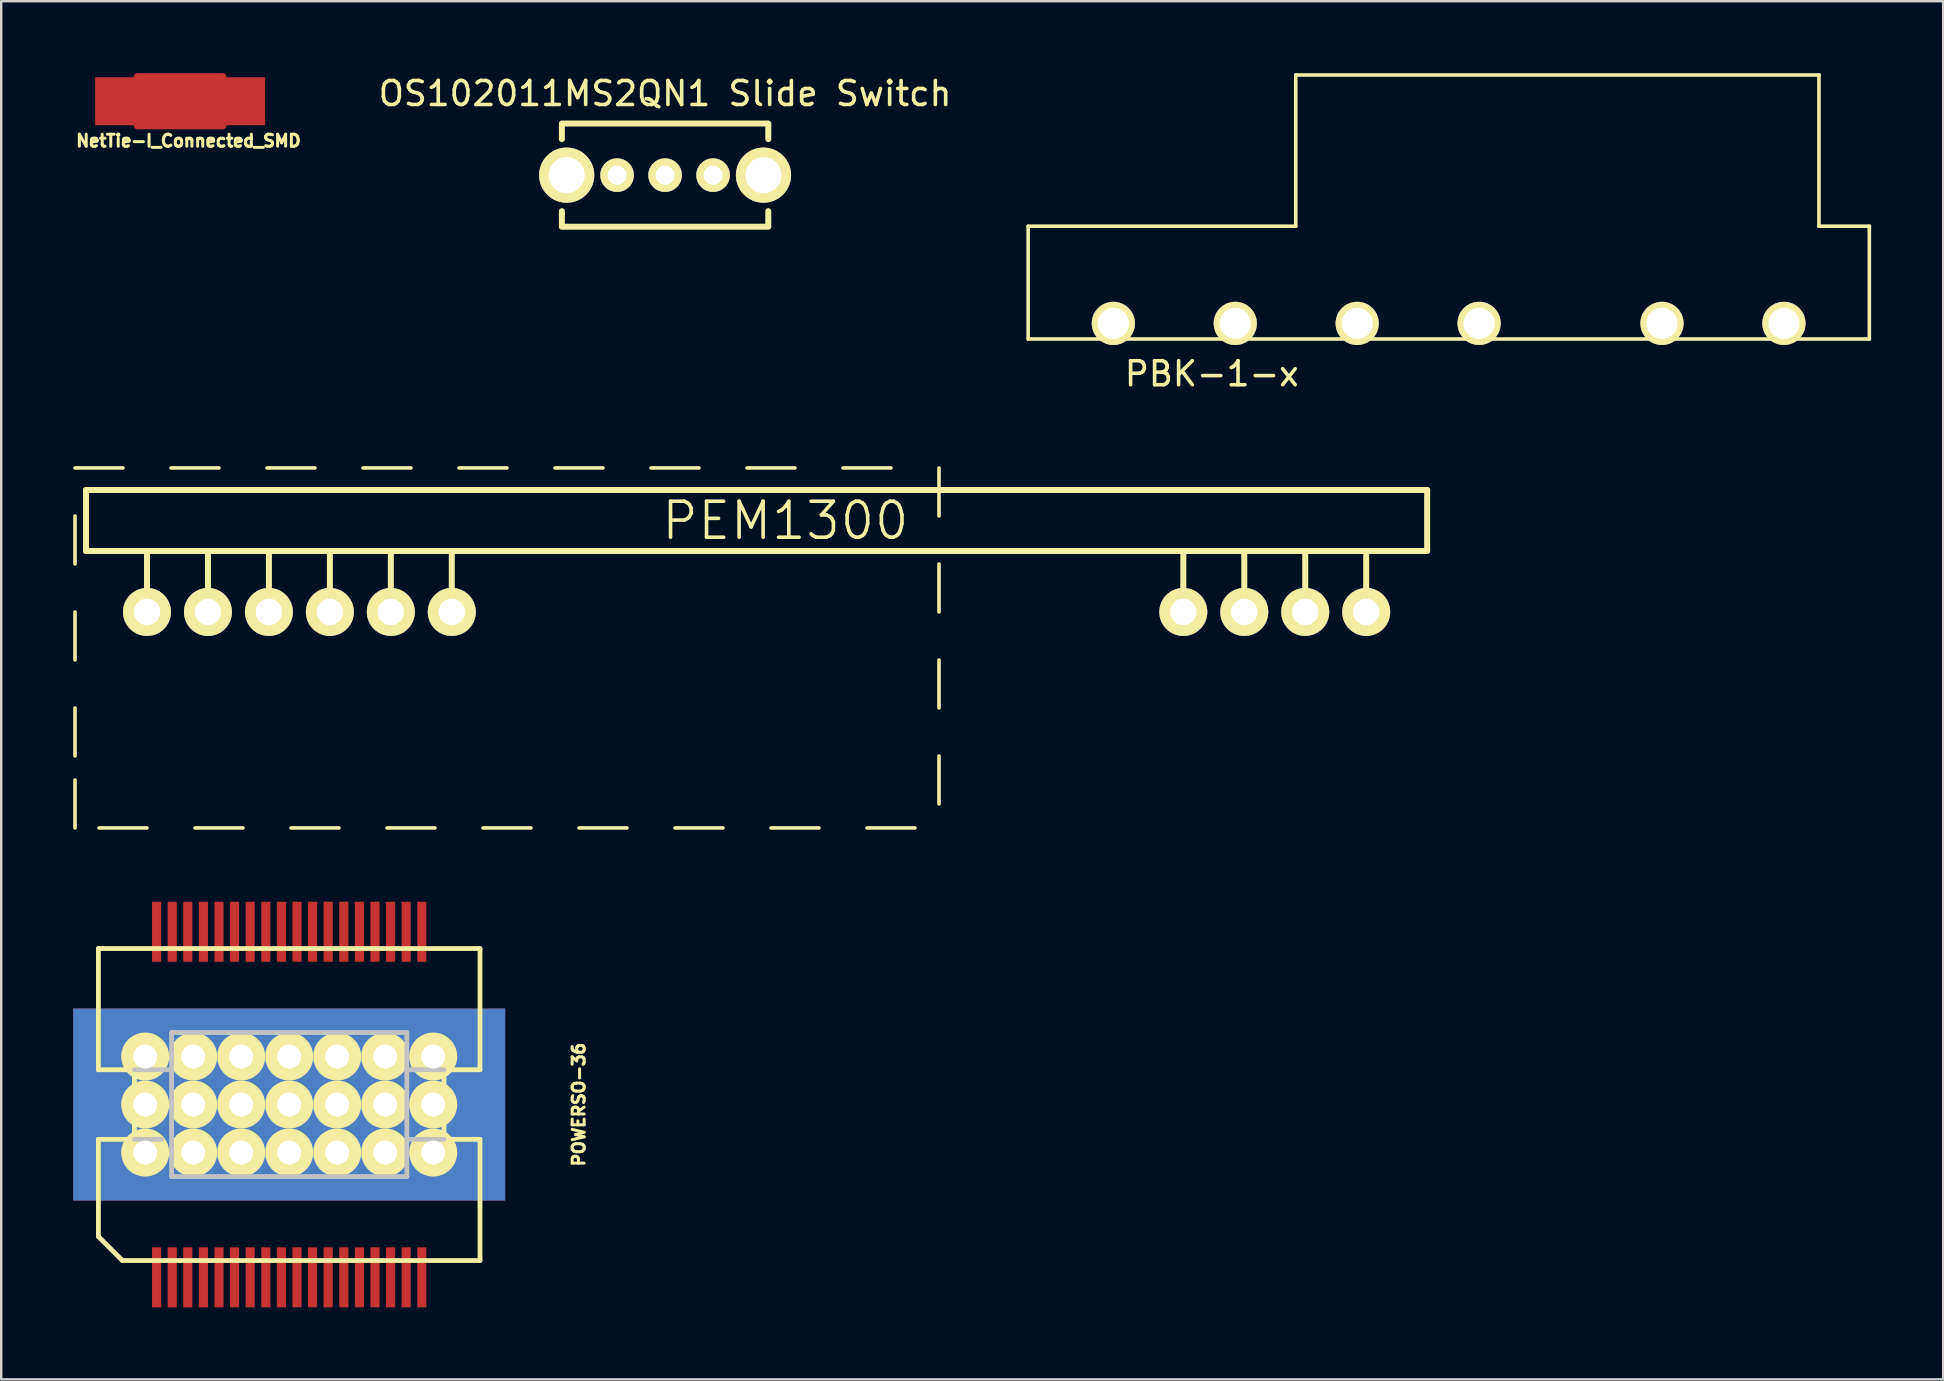
<source format=kicad_pcb>
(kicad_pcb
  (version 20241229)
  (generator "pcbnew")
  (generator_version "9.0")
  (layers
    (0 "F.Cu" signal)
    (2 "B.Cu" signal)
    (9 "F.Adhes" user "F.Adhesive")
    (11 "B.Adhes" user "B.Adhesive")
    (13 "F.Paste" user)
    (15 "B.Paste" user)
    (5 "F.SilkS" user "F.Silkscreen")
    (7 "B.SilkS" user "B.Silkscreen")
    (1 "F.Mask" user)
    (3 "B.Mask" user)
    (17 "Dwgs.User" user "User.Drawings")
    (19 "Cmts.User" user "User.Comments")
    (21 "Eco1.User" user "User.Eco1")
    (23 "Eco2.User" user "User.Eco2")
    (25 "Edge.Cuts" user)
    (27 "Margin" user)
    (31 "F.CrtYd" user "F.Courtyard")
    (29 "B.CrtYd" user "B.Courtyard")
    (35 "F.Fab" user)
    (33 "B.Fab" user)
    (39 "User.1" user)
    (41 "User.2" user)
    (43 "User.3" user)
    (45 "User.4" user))
  (footprint "NetTie-I_Connected_SMD"
    (placed yes)
    (layer "F.Cu")
    (at 4.454 1.168)
    (property "Reference" "NetTie-I_Connected_SMD" (at 0.35 1.65 0) (layer "F.SilkS") (effects (font (size 0.5 0.5) (thickness 0.125))))
    (attr through_hole)
    (fp_line (start -1.778 -0.762) (end 1.778 -0.762) (stroke (width 0.305) (type solid)) (layer "F.Cu"))
    (fp_line (start -1.778 -0.254) (end 1.778 -0.254) (stroke (width 0.305) (type solid)) (layer "F.Cu"))
    (fp_line (start -1.778 0.254) (end 1.778 0.254) (stroke (width 0.305) (type solid)) (layer "F.Cu"))
    (fp_line (start -1.778 0.762) (end 1.778 0.762) (stroke (width 0.305) (type solid)) (layer "F.Cu"))
    (fp_line (start 1.778 -1.016) (end -1.778 -1.016) (stroke (width 0.305) (type solid)) (layer "F.Cu"))
    (fp_line (start 1.778 -0.508) (end -1.778 -0.508) (stroke (width 0.305) (type solid)) (layer "F.Cu"))
    (fp_line (start 1.778 0) (end -1.778 0) (stroke (width 0.305) (type solid)) (layer "F.Cu"))
    (fp_line (start 1.778 0.508) (end -1.778 0.508) (stroke (width 0.305) (type solid)) (layer "F.Cu"))
    (fp_line (start 1.778 1.016) (end -1.778 1.016) (stroke (width 0.305) (type solid)) (layer "F.Cu"))
    (pad "1" smd rect (at -2.54 0) (size 1.999 1.999) (layers "F.Cu" "F.Mask" "F.Paste"))
    (pad "2" smd rect (at 2.54 0) (size 1.999 1.999) (layers "F.Cu" "F.Mask" "F.Paste")))
  (footprint "POWERSO-36"
    (layer "F.Cu")
    (at 9 42.973)
    (property "Reference" "POWERSO-36" (at 12.065 0 90) (layer "F.SilkS") (effects (font (size 0.5 0.5) (thickness 0.125))))
    (attr through_hole)
    (fp_line (start -7.95 -6.5) (end 7.95 -6.5) (stroke (width 0.2) (type solid)) (layer "F.SilkS"))
    (fp_line (start -7.95 -1.45) (end -7.95 -6.5) (stroke (width 0.2) (type solid)) (layer "F.SilkS"))
    (fp_line (start -7.95 1.45) (end -7.95 5.5) (stroke (width 0.2) (type solid)) (layer "F.SilkS"))
    (fp_line (start -7.95 5.5) (end -6.95 6.5) (stroke (width 0.2) (type solid)) (layer "F.SilkS"))
    (fp_line (start -6.95 6.5) (end 7.95 6.5) (stroke (width 0.2) (type solid)) (layer "F.SilkS"))
    (fp_line (start -6.45 -1.45) (end -7.95 -1.45) (stroke (width 0.2) (type solid)) (layer "F.SilkS"))
    (fp_line (start -6.45 -1.45) (end -6.45 1.45) (stroke (width 0.2) (type solid)) (layer "F.SilkS"))
    (fp_line (start -6.45 1.45) (end -7.95 1.45) (stroke (width 0.2) (type solid)) (layer "F.SilkS"))
    (fp_line (start 6.45 -1.45) (end 6.45 1.45) (stroke (width 0.2) (type solid)) (layer "F.SilkS"))
    (fp_line (start 6.45 -1.45) (end 7.95 -1.45) (stroke (width 0.2) (type solid)) (layer "F.SilkS"))
    (fp_line (start 6.45 1.45) (end 7.95 1.45) (stroke (width 0.2) (type solid)) (layer "F.SilkS"))
    (fp_line (start 7.95 -1.45) (end 7.95 -6.5) (stroke (width 0.2) (type solid)) (layer "F.SilkS"))
    (fp_line (start 7.95 1.45) (end 7.95 6.5) (stroke (width 0.2) (type solid)) (layer "F.SilkS"))
    (fp_line (start -6.45 -1.45) (end -4.9 -1.45) (stroke (width 0.2) (type solid)) (layer "Dwgs.User"))
    (fp_line (start -6.45 1.45) (end -5.325 1.45) (stroke (width 0.2) (type solid)) (layer "Dwgs.User"))
    (fp_line (start -4.9 -3) (end -4.9 3) (stroke (width 0.2) (type solid)) (layer "Dwgs.User"))
    (fp_line (start -4.9 -3) (end 4.9 -3) (stroke (width 0.2) (type solid)) (layer "Dwgs.User"))
    (fp_line (start -4.9 3) (end 4.9 3) (stroke (width 0.2) (type solid)) (layer "Dwgs.User"))
    (fp_line (start 4.9 3) (end 4.9 -3) (stroke (width 0.2) (type solid)) (layer "Dwgs.User"))
    (fp_line (start 6.45 -1.45) (end 4.9 -1.45) (stroke (width 0.2) (type solid)) (layer "Dwgs.User"))
    (fp_line (start 6.45 1.45) (end 4.9 1.45) (stroke (width 0.2) (type solid)) (layer "Dwgs.User"))
    (pad "1" smd rect (at -5.525 7.2) (size 0.38 2.5) (layers "F.Cu" "F.Mask" "F.Paste"))
    (pad "2" smd rect (at -4.875 7.2) (size 0.38 2.5) (layers "F.Cu" "F.Mask" "F.Paste"))
    (pad "3" smd rect (at -4.225 7.2) (size 0.38 2.5) (layers "F.Cu" "F.Mask" "F.Paste"))
    (pad "4" smd rect (at -3.575 7.2) (size 0.38 2.5) (layers "F.Cu" "F.Mask" "F.Paste"))
    (pad "5" smd rect (at -2.925 7.2) (size 0.38 2.5) (layers "F.Cu" "F.Mask" "F.Paste"))
    (pad "6" smd rect (at -2.275 7.2) (size 0.38 2.5) (layers "F.Cu" "F.Mask" "F.Paste"))
    (pad "7" smd rect (at -1.625 7.2) (size 0.38 2.5) (layers "F.Cu" "F.Mask" "F.Paste"))
    (pad "8" smd rect (at -0.975 7.2) (size 0.38 2.5) (layers "F.Cu" "F.Mask" "F.Paste"))
    (pad "9" smd rect (at -0.325 7.2) (size 0.38 2.5) (layers "F.Cu" "F.Mask" "F.Paste"))
    (pad "10" smd rect (at 0.325 7.2) (size 0.38 2.5) (layers "F.Cu" "F.Mask" "F.Paste"))
    (pad "11" smd rect (at 0.975 7.2) (size 0.38 2.5) (layers "F.Cu" "F.Mask" "F.Paste"))
    (pad "12" smd rect (at 1.625 7.2) (size 0.38 2.5) (layers "F.Cu" "F.Mask" "F.Paste"))
    (pad "13" smd rect (at 2.275 7.2) (size 0.38 2.5) (layers "F.Cu" "F.Mask" "F.Paste"))
    (pad "14" smd rect (at 2.925 7.2) (size 0.38 2.5) (layers "F.Cu" "F.Mask" "F.Paste"))
    (pad "15" smd rect (at 3.575 7.2) (size 0.38 2.5) (layers "F.Cu" "F.Mask" "F.Paste"))
    (pad "16" smd rect (at 4.225 7.2) (size 0.38 2.5) (layers "F.Cu" "F.Mask" "F.Paste"))
    (pad "17" smd rect (at 4.875 7.2) (size 0.38 2.5) (layers "F.Cu" "F.Mask" "F.Paste"))
    (pad "18" smd rect (at 5.525 7.2) (size 0.38 2.5) (layers "F.Cu" "F.Mask" "F.Paste"))
    (pad "19" smd rect (at 5.525 -7.2) (size 0.38 2.5) (layers "F.Cu" "F.Mask" "F.Paste"))
    (pad "20" smd rect (at 4.875 -7.2) (size 0.38 2.5) (layers "F.Cu" "F.Mask" "F.Paste"))
    (pad "21" smd rect (at 4.225 -7.2) (size 0.38 2.5) (layers "F.Cu" "F.Mask" "F.Paste"))
    (pad "22" smd rect (at 3.575 -7.2) (size 0.38 2.5) (layers "F.Cu" "F.Mask" "F.Paste"))
    (pad "23" smd rect (at 2.925 -7.2) (size 0.38 2.5) (layers "F.Cu" "F.Mask" "F.Paste"))
    (pad "24" smd rect (at 2.275 -7.2) (size 0.38 2.5) (layers "F.Cu" "F.Mask" "F.Paste"))
    (pad "25" smd rect (at 1.625 -7.2) (size 0.38 2.5) (layers "F.Cu" "F.Mask" "F.Paste"))
    (pad "26" smd rect (at 0.975 -7.2) (size 0.38 2.5) (layers "F.Cu" "F.Mask" "F.Paste"))
    (pad "27" smd rect (at 0.325 -7.2) (size 0.38 2.5) (layers "F.Cu" "F.Mask" "F.Paste"))
    (pad "28" smd rect (at -0.325 -7.2) (size 0.38 2.5) (layers "F.Cu" "F.Mask" "F.Paste"))
    (pad "29" smd rect (at -0.975 -7.2) (size 0.38 2.5) (layers "F.Cu" "F.Mask" "F.Paste"))
    (pad "30" smd rect (at -1.625 -7.2) (size 0.38 2.5) (layers "F.Cu" "F.Mask" "F.Paste"))
    (pad "31" smd rect (at -2.275 -7.2) (size 0.38 2.5) (layers "F.Cu" "F.Mask" "F.Paste"))
    (pad "32" smd rect (at -2.925 -7.2) (size 0.38 2.5) (layers "F.Cu" "F.Mask" "F.Paste"))
    (pad "33" smd rect (at -3.575 -7.2) (size 0.38 2.5) (layers "F.Cu" "F.Mask" "F.Paste"))
    (pad "34" smd rect (at -4.225 -7.2) (size 0.38 2.5) (layers "F.Cu" "F.Mask" "F.Paste"))
    (pad "35" smd rect (at -4.875 -7.2) (size 0.38 2.5) (layers "F.Cu" "F.Mask" "F.Paste"))
    (pad "36" smd rect (at -5.525 -7.2) (size 0.38 2.5) (layers "F.Cu" "F.Mask" "F.Paste"))
    (pad "PAD" thru_hole circle (at -6 -2) (size 2 2) (drill 1) (layers "*.Cu" "*.Mask" "F.SilkS"))
    (pad "PAD" thru_hole circle (at -6 0) (size 2 2) (drill 1) (layers "*.Cu" "*.Mask" "F.SilkS"))
    (pad "PAD" thru_hole circle (at -6 2) (size 2 2) (drill 1) (layers "*.Cu" "*.Mask" "F.SilkS"))
    (pad "PAD" thru_hole circle (at -4 -2) (size 2 2) (drill 1) (layers "*.Cu" "*.Mask" "F.SilkS"))
    (pad "PAD" thru_hole circle (at -4 0) (size 2 2) (drill 1) (layers "*.Cu" "*.Mask" "F.SilkS"))
    (pad "PAD" thru_hole circle (at -4 2) (size 2 2) (drill 1) (layers "*.Cu" "*.Mask" "F.SilkS"))
    (pad "PAD" thru_hole circle (at -2 -2) (size 2 2) (drill 1) (layers "*.Cu" "*.Mask" "F.SilkS"))
    (pad "PAD" thru_hole circle (at -2 0) (size 2 2) (drill 1) (layers "*.Cu" "*.Mask" "F.SilkS"))
    (pad "PAD" thru_hole circle (at -2 2) (size 2 2) (drill 1) (layers "*.Cu" "*.Mask" "F.SilkS"))
    (pad "PAD" thru_hole circle (at 0 -2) (size 2 2) (drill 1) (layers "*.Cu" "*.Mask" "F.SilkS"))
    (pad "PAD" thru_hole circle (at 0 0) (size 2 2) (drill 1) (layers "*.Cu" "*.Mask" "F.SilkS"))
    (pad "PAD" smd rect (at 0 0) (size 18 8) (layers "F.Cu" "F.Mask" "F.Paste"))
    (pad "PAD" smd rect (at 0 0) (size 18 8) (layers "B.Cu" "B.Mask" "B.Paste"))
    (pad "PAD" thru_hole circle (at 0 2) (size 2 2) (drill 1) (layers "*.Cu" "*.Mask" "F.SilkS"))
    (pad "PAD" thru_hole circle (at 2 -2) (size 2 2) (drill 1) (layers "*.Cu" "*.Mask" "F.SilkS"))
    (pad "PAD" thru_hole circle (at 2 0) (size 2 2) (drill 1) (layers "*.Cu" "*.Mask" "F.SilkS"))
    (pad "PAD" thru_hole circle (at 2 2) (size 2 2) (drill 1) (layers "*.Cu" "*.Mask" "F.SilkS"))
    (pad "PAD" thru_hole circle (at 4 -2) (size 2 2) (drill 1) (layers "*.Cu" "*.Mask" "F.SilkS"))
    (pad "PAD" thru_hole circle (at 4 0) (size 2 2) (drill 1) (layers "*.Cu" "*.Mask" "F.SilkS"))
    (pad "PAD" thru_hole circle (at 4 2) (size 2 2) (drill 1) (layers "*.Cu" "*.Mask" "F.SilkS"))
    (pad "PAD" thru_hole circle (at 6 -2) (size 2 2) (drill 1) (layers "*.Cu" "*.Mask" "F.SilkS"))
    (pad "PAD" thru_hole circle (at 6 0) (size 2 2) (drill 1) (layers "*.Cu" "*.Mask" "F.SilkS"))
    (pad "PAD" thru_hole circle (at 6 2) (size 2 2) (drill 1) (layers "*.Cu" "*.Mask" "F.SilkS")))
  (footprint "PBK-1-x"
    (layer "F.Cu")
    (at 43.34 10.425)
    (property "Reference" "PBK-1-x" (at 4.1 2.1 0) (layer "F.SilkS") (effects (font (size 1 1) (thickness 0.15))))
    (attr through_hole)
    (fp_line (start -3.55 -4.05) (end -3.55 0.65) (stroke (width 0.15) (type solid)) (layer "F.SilkS"))
    (fp_line (start -3.55 0.65) (end 31.5 0.65) (stroke (width 0.15) (type solid)) (layer "F.SilkS"))
    (fp_line (start 7.6 -10.35) (end 7.6 -4.05) (stroke (width 0.15) (type solid)) (layer "F.SilkS"))
    (fp_line (start 7.6 -4.05) (end -3.55 -4.05) (stroke (width 0.15) (type solid)) (layer "F.SilkS"))
    (fp_line (start 29.4 -10.35) (end 7.6 -10.35) (stroke (width 0.15) (type solid)) (layer "F.SilkS"))
    (fp_line (start 29.4 -4.05) (end 29.4 -10.35) (stroke (width 0.15) (type solid)) (layer "F.SilkS"))
    (fp_line (start 31.5 -4.05) (end 29.4 -4.05) (stroke (width 0.15) (type solid)) (layer "F.SilkS"))
    (fp_line (start 31.5 0.65) (end 31.5 -4.05) (stroke (width 0.15) (type solid)) (layer "F.SilkS"))
    (pad "1" thru_hole circle (at 0 0) (size 1.8 1.8) (drill 1.3) (layers "*.Cu" "*.Mask" "F.SilkS"))
    (pad "3" thru_hole circle (at 5.08 0) (size 1.8 1.8) (drill 1.3) (layers "*.Cu" "*.Mask" "F.SilkS"))
    (pad "5" thru_hole circle (at 10.16 0) (size 1.8 1.8) (drill 1.3) (layers "*.Cu" "*.Mask" "F.SilkS"))
    (pad "7" thru_hole circle (at 15.24 0) (size 1.8 1.8) (drill 1.3) (layers "*.Cu" "*.Mask" "F.SilkS"))
    (pad "10" thru_hole circle (at 22.86 0) (size 1.8 1.8) (drill 1.3) (layers "*.Cu" "*.Mask" "F.SilkS"))
    (pad "12" thru_hole circle (at 27.94 0) (size 1.8 1.8) (drill 1.3) (layers "*.Cu" "*.Mask" "F.SilkS")))
  (footprint "OS102011MS2QN1 Slide Switch"
    (layer "F.Cu")
    (at 24.662 4.248)
    (property "Reference" "OS102011MS2QN1 Slide Switch" (at 0 -3.4 0) (layer "F.SilkS") (effects (font (size 1 1) (thickness 0.15))))
    (attr through_hole)
    (fp_line (start -4.3 -2.15) (end 4.3 -2.15) (stroke (width 0.25) (type solid)) (layer "F.SilkS"))
    (fp_line (start -4.3 -2.1) (end -4.3 -1.5) (stroke (width 0.25) (type solid)) (layer "F.SilkS"))
    (fp_line (start -4.3 1.6) (end -4.3 1.5) (stroke (width 0.25) (type solid)) (layer "F.SilkS"))
    (fp_line (start -4.3 2.1) (end -4.3 1.6) (stroke (width 0.25) (type solid)) (layer "F.SilkS"))
    (fp_line (start 4.3 -2.1) (end 4.3 -1.5) (stroke (width 0.25) (type solid)) (layer "F.SilkS"))
    (fp_line (start 4.3 2.1) (end 4.3 1.5) (stroke (width 0.25) (type solid)) (layer "F.SilkS"))
    (fp_line (start 4.3 2.15) (end -4.3 2.15) (stroke (width 0.25) (type solid)) (layer "F.SilkS"))
    (pad "" thru_hole circle (at -4.1 0) (size 2.3 2.3) (drill 1.5) (layers "*.Cu" "*.Mask" "F.SilkS"))
    (pad "" thru_hole circle (at 4.1 0) (size 2.3 2.3) (drill 1.5) (layers "*.Cu" "*.Mask" "F.SilkS"))
    (pad "1" thru_hole circle (at -2 0) (size 1.4 1.4) (drill 0.8) (layers "*.Cu" "*.Mask" "F.SilkS"))
    (pad "2" thru_hole circle (at 0 0) (size 1.4 1.4) (drill 0.8) (layers "*.Cu" "*.Mask" "F.SilkS"))
    (pad "3" thru_hole circle (at 2 0) (size 1.4 1.4) (drill 0.8) (layers "*.Cu" "*.Mask" "F.SilkS")))
  (footprint "PEM1300"
    (layer "F.Cu")
    (at 3.075 22.448)
    (property "Reference" "PEM1300" (at 26.6 -3.8 0) (layer "F.SilkS") (effects (font (size 1.5 1.5) (thickness 0.15))))
    (attr through_hole)
    (fp_line (start -3 -6) (end -1 -6) (stroke (width 0.15) (type solid)) (layer "F.SilkS"))
    (fp_line (start -3 -4) (end -3 -2) (stroke (width 0.15) (type solid)) (layer "F.SilkS"))
    (fp_line (start -3 0) (end -3 2) (stroke (width 0.15) (type solid)) (layer "F.SilkS"))
    (fp_line (start -3 4) (end -3 6) (stroke (width 0.15) (type solid)) (layer "F.SilkS"))
    (fp_line (start -3 7) (end -3 9) (stroke (width 0.15) (type solid)) (layer "F.SilkS"))
    (fp_line (start -2.54 -5.08) (end -2.54 -2.54) (stroke (width 0.25) (type solid)) (layer "F.SilkS"))
    (fp_line (start -2.54 -2.54) (end 53.34 -2.54) (stroke (width 0.25) (type solid)) (layer "F.SilkS"))
    (fp_line (start 0 0) (end 0 -2.54) (stroke (width 0.25) (type solid)) (layer "F.SilkS"))
    (fp_line (start 0 9) (end -2 9) (stroke (width 0.15) (type solid)) (layer "F.SilkS"))
    (fp_line (start 1 -6) (end 3 -6) (stroke (width 0.15) (type solid)) (layer "F.SilkS"))
    (fp_line (start 2.54 0) (end 2.54 -2.54) (stroke (width 0.25) (type solid)) (layer "F.SilkS"))
    (fp_line (start 4 9) (end 2 9) (stroke (width 0.15) (type solid)) (layer "F.SilkS"))
    (fp_line (start 5 -6) (end 7 -6) (stroke (width 0.15) (type solid)) (layer "F.SilkS"))
    (fp_line (start 5.08 0) (end 5.08 -2.54) (stroke (width 0.25) (type solid)) (layer "F.SilkS"))
    (fp_line (start 7.62 0) (end 7.62 -2.54) (stroke (width 0.25) (type solid)) (layer "F.SilkS"))
    (fp_line (start 8 9) (end 6 9) (stroke (width 0.15) (type solid)) (layer "F.SilkS"))
    (fp_line (start 9 -6) (end 11 -6) (stroke (width 0.15) (type solid)) (layer "F.SilkS"))
    (fp_line (start 10.16 0) (end 10.16 -2.54) (stroke (width 0.25) (type solid)) (layer "F.SilkS"))
    (fp_line (start 12 9) (end 10 9) (stroke (width 0.15) (type solid)) (layer "F.SilkS"))
    (fp_line (start 12.7 0) (end 12.7 -2.54) (stroke (width 0.25) (type solid)) (layer "F.SilkS"))
    (fp_line (start 13 -6) (end 15 -6) (stroke (width 0.15) (type solid)) (layer "F.SilkS"))
    (fp_line (start 16 9) (end 14 9) (stroke (width 0.15) (type solid)) (layer "F.SilkS"))
    (fp_line (start 17 -6) (end 19 -6) (stroke (width 0.15) (type solid)) (layer "F.SilkS"))
    (fp_line (start 20 9) (end 18 9) (stroke (width 0.15) (type solid)) (layer "F.SilkS"))
    (fp_line (start 21 -6) (end 23 -6) (stroke (width 0.15) (type solid)) (layer "F.SilkS"))
    (fp_line (start 24 9) (end 22 9) (stroke (width 0.15) (type solid)) (layer "F.SilkS"))
    (fp_line (start 25 -6) (end 27 -6) (stroke (width 0.15) (type solid)) (layer "F.SilkS"))
    (fp_line (start 28 9) (end 26 9) (stroke (width 0.15) (type solid)) (layer "F.SilkS"))
    (fp_line (start 29 -6) (end 31 -6) (stroke (width 0.15) (type solid)) (layer "F.SilkS"))
    (fp_line (start 32 9) (end 30 9) (stroke (width 0.15) (type solid)) (layer "F.SilkS"))
    (fp_line (start 33 -6) (end 33 -4) (stroke (width 0.15) (type solid)) (layer "F.SilkS"))
    (fp_line (start 33 -2) (end 33 0) (stroke (width 0.15) (type solid)) (layer "F.SilkS"))
    (fp_line (start 33 2) (end 33 4) (stroke (width 0.15) (type solid)) (layer "F.SilkS"))
    (fp_line (start 33 6) (end 33 8) (stroke (width 0.15) (type solid)) (layer "F.SilkS"))
    (fp_line (start 43.18 0) (end 43.18 -2.54) (stroke (width 0.25) (type solid)) (layer "F.SilkS"))
    (fp_line (start 45.72 0) (end 45.72 -2.54) (stroke (width 0.25) (type solid)) (layer "F.SilkS"))
    (fp_line (start 48.26 0) (end 48.26 -2.54) (stroke (width 0.25) (type solid)) (layer "F.SilkS"))
    (fp_line (start 50.8 0) (end 50.8 -2.54) (stroke (width 0.25) (type solid)) (layer "F.SilkS"))
    (fp_line (start 53.34 -5.08) (end -2.54 -5.08) (stroke (width 0.25) (type solid)) (layer "F.SilkS"))
    (fp_line (start 53.34 -2.54) (end 53.34 -5.08) (stroke (width 0.25) (type solid)) (layer "F.SilkS"))
    (pad "1" thru_hole circle (at 0 0) (size 2 2) (drill 1.1) (layers "*.Cu" "*.Mask" "F.SilkS"))
    (pad "2" thru_hole circle (at 2.54 0) (size 2 2) (drill 1.1) (layers "*.Cu" "*.Mask" "F.SilkS"))
    (pad "3" thru_hole circle (at 5.08 0) (size 2 2) (drill 1.1) (layers "*.Cu" "*.Mask" "F.SilkS"))
    (pad "4" thru_hole circle (at 7.62 0) (size 2 2) (drill 1.1) (layers "*.Cu" "*.Mask" "F.SilkS"))
    (pad "5" thru_hole circle (at 10.16 0) (size 2 2) (drill 1.1) (layers "*.Cu" "*.Mask" "F.SilkS"))
    (pad "6" thru_hole circle (at 12.7 0) (size 2 2) (drill 1.1) (layers "*.Cu" "*.Mask" "F.SilkS"))
    (pad "7" thru_hole circle (at 43.18 0) (size 2 2) (drill 1.1) (layers "*.Cu" "*.Mask" "F.SilkS"))
    (pad "8" thru_hole circle (at 45.72 0) (size 2 2) (drill 1.1) (layers "*.Cu" "*.Mask" "F.SilkS"))
    (pad "9" thru_hole circle (at 48.26 0) (size 2 2) (drill 1.1) (layers "*.Cu" "*.Mask" "F.SilkS"))
    (pad "10" thru_hole circle (at 50.8 0) (size 2 2) (drill 1.1) (layers "*.Cu" "*.Mask" "F.SilkS")))
  (gr_rect
    (start -3 -3)
    (end 77.915 54.423)
    (stroke (width 0.1) (type default))
    (fill no)
    (layer "Edge.Cuts")))
</source>
